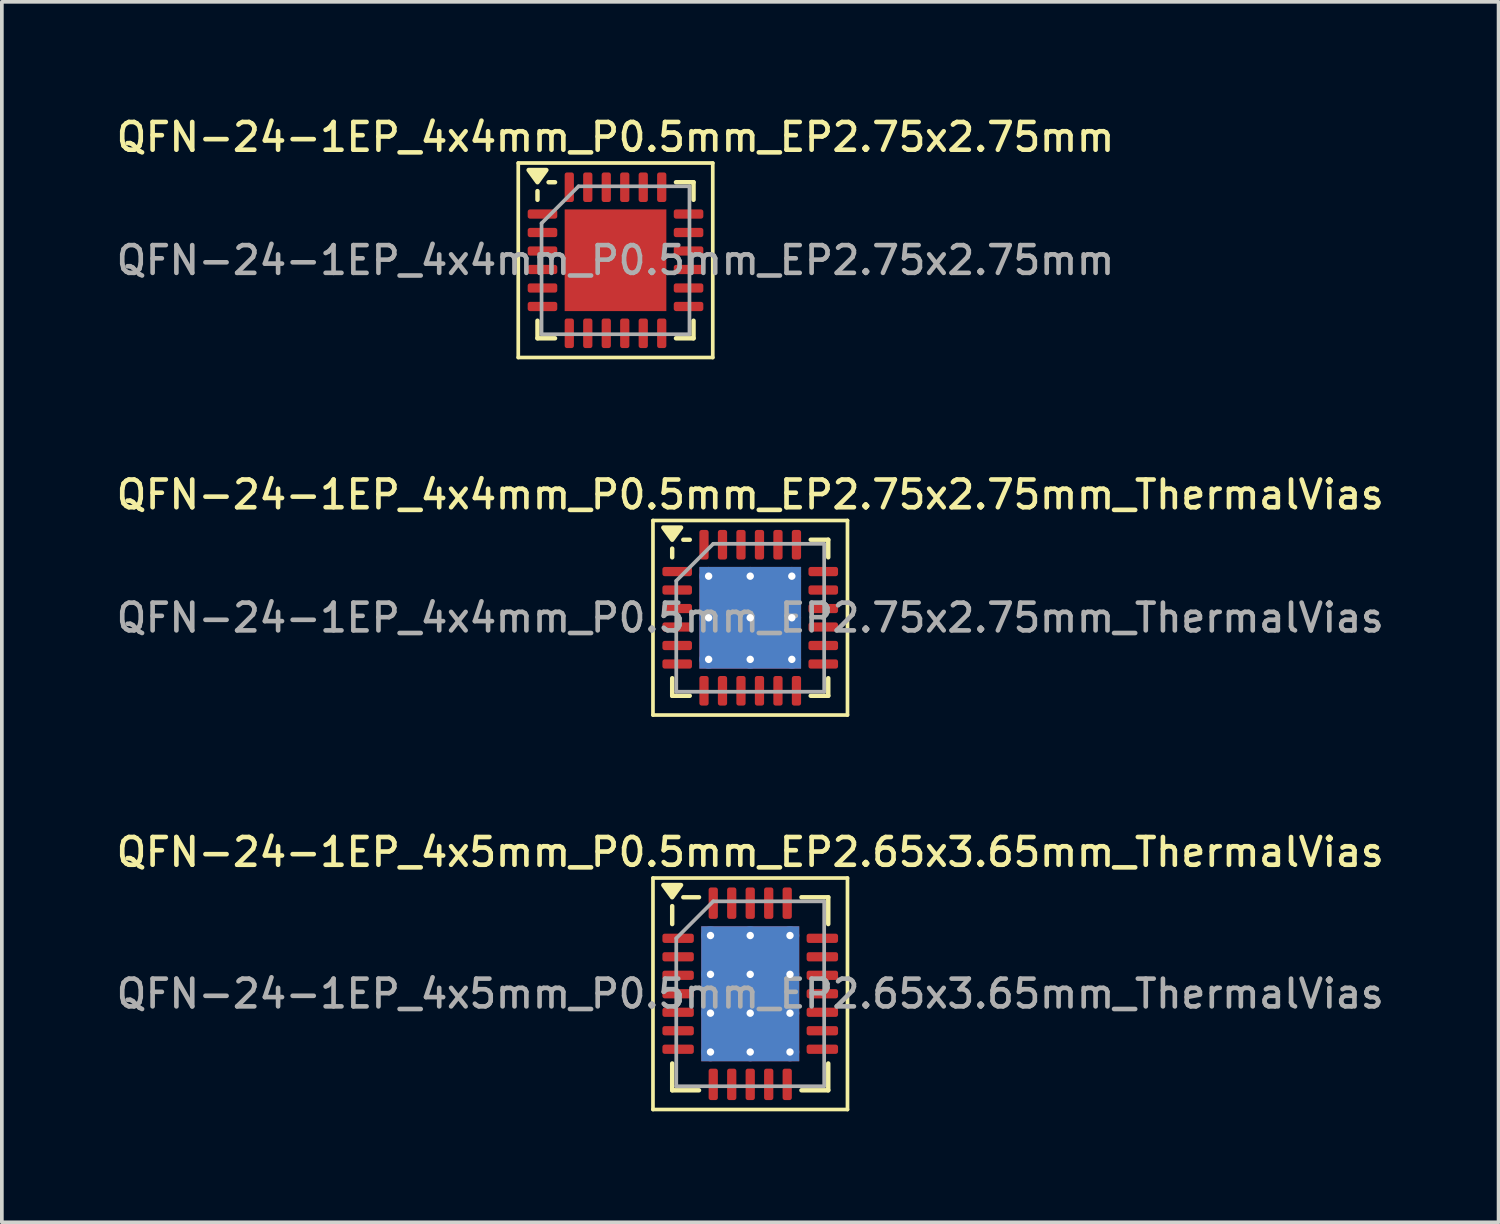
<source format=kicad_pcb>
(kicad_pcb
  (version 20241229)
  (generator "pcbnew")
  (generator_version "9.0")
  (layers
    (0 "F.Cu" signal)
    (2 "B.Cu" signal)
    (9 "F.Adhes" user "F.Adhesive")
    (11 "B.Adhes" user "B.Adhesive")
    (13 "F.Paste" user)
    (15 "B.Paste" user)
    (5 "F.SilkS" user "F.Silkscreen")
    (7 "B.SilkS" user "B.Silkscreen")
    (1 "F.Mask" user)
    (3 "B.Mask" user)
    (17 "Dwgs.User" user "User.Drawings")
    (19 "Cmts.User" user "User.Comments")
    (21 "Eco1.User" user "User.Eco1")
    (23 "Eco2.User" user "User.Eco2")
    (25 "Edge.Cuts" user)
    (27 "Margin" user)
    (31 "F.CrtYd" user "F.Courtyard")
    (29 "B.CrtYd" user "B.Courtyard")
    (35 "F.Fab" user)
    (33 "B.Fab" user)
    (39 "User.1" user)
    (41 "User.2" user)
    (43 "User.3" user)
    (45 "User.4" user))
  (footprint "QFN-24-1EP_4x5mm_P0.5mm_EP2.65x3.65mm_ThermalVias"
    (layer "F.Cu")
    (at 17.238 23.824)
    (property "Reference" "QFN-24-1EP_4x5mm_P0.5mm_EP2.65x3.65mm_ThermalVias" (at 0 -3.83 0) (layer "F.SilkS") (effects (font (size 0.75 0.75) (thickness 0.125))))
    (attr smd)
    (fp_line (start -2.63 -3.13) (end -2.63 3.13) (stroke (width 0.1) (type solid)) (layer "F.SilkS"))
    (fp_line (start -2.63 3.13) (end 2.63 3.13) (stroke (width 0.1) (type solid)) (layer "F.SilkS"))
    (fp_line (start -2.11 -1.885) (end -2.11 -2.37) (stroke (width 0.12) (type solid)) (layer "F.SilkS"))
    (fp_line (start -2.11 2.61) (end -2.11 1.885) (stroke (width 0.12) (type solid)) (layer "F.SilkS"))
    (fp_line (start -1.385 -2.61) (end -1.81 -2.61) (stroke (width 0.12) (type solid)) (layer "F.SilkS"))
    (fp_line (start -1.385 2.61) (end -2.11 2.61) (stroke (width 0.12) (type solid)) (layer "F.SilkS"))
    (fp_line (start 1.385 -2.61) (end 2.11 -2.61) (stroke (width 0.12) (type solid)) (layer "F.SilkS"))
    (fp_line (start 1.385 2.61) (end 2.11 2.61) (stroke (width 0.12) (type solid)) (layer "F.SilkS"))
    (fp_line (start 2.11 -2.61) (end 2.11 -1.885) (stroke (width 0.12) (type solid)) (layer "F.SilkS"))
    (fp_line (start 2.11 2.61) (end 2.11 1.885) (stroke (width 0.12) (type solid)) (layer "F.SilkS"))
    (fp_line (start 2.63 -3.13) (end -2.63 -3.13) (stroke (width 0.1) (type solid)) (layer "F.SilkS"))
    (fp_line (start 2.63 3.13) (end 2.63 -3.13) (stroke (width 0.1) (type solid)) (layer "F.SilkS"))
    (fp_poly (pts (xy -2.11 -2.61) (xy -2.35 -2.94) (xy -1.87 -2.94) (xy -2.11 -2.61)) (stroke (width 0.12) (type solid)) (fill yes) (layer "F.SilkS"))
    (fp_line (start -2 -1.5) (end -1 -2.5) (stroke (width 0.1) (type solid)) (layer "F.Fab"))
    (fp_line (start -2 2.5) (end -2 -1.5) (stroke (width 0.1) (type solid)) (layer "F.Fab"))
    (fp_line (start -1 -2.5) (end 2 -2.5) (stroke (width 0.1) (type solid)) (layer "F.Fab"))
    (fp_line (start 2 -2.5) (end 2 2.5) (stroke (width 0.1) (type solid)) (layer "F.Fab"))
    (fp_line (start 2 2.5) (end -2 2.5) (stroke (width 0.1) (type solid)) (layer "F.Fab"))
    (fp_text user "${REFERENCE}" (at 0 0 0) (layer "F.Fab") (effects (font (size 0.75 0.75) (thickness 0.125))))
    (pad "" smd roundrect (at -0.66 -1.22) (size 1.15 1.05) (layers "F.Paste") (roundrect_rratio 0.238))
    (pad "" smd roundrect (at -0.66 0) (size 1.15 1.05) (layers "F.Paste") (roundrect_rratio 0.238))
    (pad "" smd roundrect (at -0.66 1.22) (size 1.15 1.05) (layers "F.Paste") (roundrect_rratio 0.238))
    (pad "" smd roundrect (at 0.66 -1.22) (size 1.15 1.05) (layers "F.Paste") (roundrect_rratio 0.238))
    (pad "" smd roundrect (at 0.66 0) (size 1.15 1.05) (layers "F.Paste") (roundrect_rratio 0.238))
    (pad "" smd roundrect (at 0.66 1.22) (size 1.15 1.05) (layers "F.Paste") (roundrect_rratio 0.238))
    (pad "1" smd roundrect (at -1.95 -1.5) (size 0.85 0.25) (layers "F.Cu" "F.Mask" "F.Paste") (roundrect_rratio 0.25))
    (pad "2" smd roundrect (at -1.95 -1) (size 0.85 0.25) (layers "F.Cu" "F.Mask" "F.Paste") (roundrect_rratio 0.25))
    (pad "3" smd roundrect (at -1.95 -0.5) (size 0.85 0.25) (layers "F.Cu" "F.Mask" "F.Paste") (roundrect_rratio 0.25))
    (pad "4" smd roundrect (at -1.95 0) (size 0.85 0.25) (layers "F.Cu" "F.Mask" "F.Paste") (roundrect_rratio 0.25))
    (pad "5" smd roundrect (at -1.95 0.5) (size 0.85 0.25) (layers "F.Cu" "F.Mask" "F.Paste") (roundrect_rratio 0.25))
    (pad "6" smd roundrect (at -1.95 1) (size 0.85 0.25) (layers "F.Cu" "F.Mask" "F.Paste") (roundrect_rratio 0.25))
    (pad "7" smd roundrect (at -1.95 1.5) (size 0.85 0.25) (layers "F.Cu" "F.Mask" "F.Paste") (roundrect_rratio 0.25))
    (pad "8" smd roundrect (at -1 2.45) (size 0.25 0.85) (layers "F.Cu" "F.Mask" "F.Paste") (roundrect_rratio 0.25))
    (pad "9" smd roundrect (at -0.5 2.45) (size 0.25 0.85) (layers "F.Cu" "F.Mask" "F.Paste") (roundrect_rratio 0.25))
    (pad "10" smd roundrect (at 0 2.45) (size 0.25 0.85) (layers "F.Cu" "F.Mask" "F.Paste") (roundrect_rratio 0.25))
    (pad "11" smd roundrect (at 0.5 2.45) (size 0.25 0.85) (layers "F.Cu" "F.Mask" "F.Paste") (roundrect_rratio 0.25))
    (pad "12" smd roundrect (at 1 2.45) (size 0.25 0.85) (layers "F.Cu" "F.Mask" "F.Paste") (roundrect_rratio 0.25))
    (pad "13" smd roundrect (at 1.95 1.5) (size 0.85 0.25) (layers "F.Cu" "F.Mask" "F.Paste") (roundrect_rratio 0.25))
    (pad "14" smd roundrect (at 1.95 1) (size 0.85 0.25) (layers "F.Cu" "F.Mask" "F.Paste") (roundrect_rratio 0.25))
    (pad "15" smd roundrect (at 1.95 0.5) (size 0.85 0.25) (layers "F.Cu" "F.Mask" "F.Paste") (roundrect_rratio 0.25))
    (pad "16" smd roundrect (at 1.95 0) (size 0.85 0.25) (layers "F.Cu" "F.Mask" "F.Paste") (roundrect_rratio 0.25))
    (pad "17" smd roundrect (at 1.95 -0.5) (size 0.85 0.25) (layers "F.Cu" "F.Mask" "F.Paste") (roundrect_rratio 0.25))
    (pad "18" smd roundrect (at 1.95 -1) (size 0.85 0.25) (layers "F.Cu" "F.Mask" "F.Paste") (roundrect_rratio 0.25))
    (pad "19" smd roundrect (at 1.95 -1.5) (size 0.85 0.25) (layers "F.Cu" "F.Mask" "F.Paste") (roundrect_rratio 0.25))
    (pad "20" smd roundrect (at 1 -2.45) (size 0.25 0.85) (layers "F.Cu" "F.Mask" "F.Paste") (roundrect_rratio 0.25))
    (pad "21" smd roundrect (at 0.5 -2.45) (size 0.25 0.85) (layers "F.Cu" "F.Mask" "F.Paste") (roundrect_rratio 0.25))
    (pad "22" smd roundrect (at 0 -2.45) (size 0.25 0.85) (layers "F.Cu" "F.Mask" "F.Paste") (roundrect_rratio 0.25))
    (pad "23" smd roundrect (at -0.5 -2.45) (size 0.25 0.85) (layers "F.Cu" "F.Mask" "F.Paste") (roundrect_rratio 0.25))
    (pad "24" smd roundrect (at -1 -2.45) (size 0.25 0.85) (layers "F.Cu" "F.Mask" "F.Paste") (roundrect_rratio 0.25))
    (pad "25" thru_hole circle (at -1.075 -1.575) (size 0.5 0.5) (drill 0.2) (property pad_prop_heatsink) (layers "*.Cu"))
    (pad "25" thru_hole circle (at -1.075 -0.525) (size 0.5 0.5) (drill 0.2) (property pad_prop_heatsink) (layers "*.Cu"))
    (pad "25" thru_hole circle (at -1.075 0.525) (size 0.5 0.5) (drill 0.2) (property pad_prop_heatsink) (layers "*.Cu"))
    (pad "25" thru_hole circle (at -1.075 1.575) (size 0.5 0.5) (drill 0.2) (property pad_prop_heatsink) (layers "*.Cu"))
    (pad "25" thru_hole circle (at 0 -1.575) (size 0.5 0.5) (drill 0.2) (property pad_prop_heatsink) (layers "*.Cu"))
    (pad "25" thru_hole circle (at 0 -0.525) (size 0.5 0.5) (drill 0.2) (property pad_prop_heatsink) (layers "*.Cu"))
    (pad "25" smd rect (at 0 0) (size 2.65 3.65) (property pad_prop_heatsink) (layers "F.Cu" "F.Mask"))
    (pad "25" smd rect (at 0 0) (size 2.65 3.65) (property pad_prop_heatsink) (layers "B.Cu"))
    (pad "25" thru_hole circle (at 0 0.525) (size 0.5 0.5) (drill 0.2) (property pad_prop_heatsink) (layers "*.Cu"))
    (pad "25" thru_hole circle (at 0 1.575) (size 0.5 0.5) (drill 0.2) (property pad_prop_heatsink) (layers "*.Cu"))
    (pad "25" thru_hole circle (at 1.075 -1.575) (size 0.5 0.5) (drill 0.2) (property pad_prop_heatsink) (layers "*.Cu"))
    (pad "25" thru_hole circle (at 1.075 -0.525) (size 0.5 0.5) (drill 0.2) (property pad_prop_heatsink) (layers "*.Cu"))
    (pad "25" thru_hole circle (at 1.075 0.525) (size 0.5 0.5) (drill 0.2) (property pad_prop_heatsink) (layers "*.Cu"))
    (pad "25" thru_hole circle (at 1.075 1.575) (size 0.5 0.5) (drill 0.2) (property pad_prop_heatsink) (layers "*.Cu")))
  (footprint "QFN-24-1EP_4x4mm_P0.5mm_EP2.75x2.75mm"
    (layer "F.Cu")
    (at 13.595 3.988)
    (property "Reference" "QFN-24-1EP_4x4mm_P0.5mm_EP2.75x2.75mm" (at 0 -3.33 0) (layer "F.SilkS") (effects (font (size 0.75 0.75) (thickness 0.125))))
    (attr smd)
    (fp_line (start -2.63 -2.63) (end -2.63 2.63) (stroke (width 0.1) (type solid)) (layer "F.SilkS"))
    (fp_line (start -2.63 2.63) (end 2.63 2.63) (stroke (width 0.1) (type solid)) (layer "F.SilkS"))
    (fp_line (start -2.11 -1.635) (end -2.11 -1.87) (stroke (width 0.12) (type solid)) (layer "F.SilkS"))
    (fp_line (start -2.11 2.11) (end -2.11 1.635) (stroke (width 0.12) (type solid)) (layer "F.SilkS"))
    (fp_line (start -1.635 -2.11) (end -1.81 -2.11) (stroke (width 0.12) (type solid)) (layer "F.SilkS"))
    (fp_line (start -1.635 2.11) (end -2.11 2.11) (stroke (width 0.12) (type solid)) (layer "F.SilkS"))
    (fp_line (start 1.635 -2.11) (end 2.11 -2.11) (stroke (width 0.12) (type solid)) (layer "F.SilkS"))
    (fp_line (start 1.635 2.11) (end 2.11 2.11) (stroke (width 0.12) (type solid)) (layer "F.SilkS"))
    (fp_line (start 2.11 -2.11) (end 2.11 -1.635) (stroke (width 0.12) (type solid)) (layer "F.SilkS"))
    (fp_line (start 2.11 2.11) (end 2.11 1.635) (stroke (width 0.12) (type solid)) (layer "F.SilkS"))
    (fp_line (start 2.63 -2.63) (end -2.63 -2.63) (stroke (width 0.1) (type solid)) (layer "F.SilkS"))
    (fp_line (start 2.63 2.63) (end 2.63 -2.63) (stroke (width 0.1) (type solid)) (layer "F.SilkS"))
    (fp_poly (pts (xy -2.11 -2.11) (xy -2.35 -2.44) (xy -1.87 -2.44) (xy -2.11 -2.11)) (stroke (width 0.12) (type solid)) (fill yes) (layer "F.SilkS"))
    (fp_line (start -2 -1) (end -1 -2) (stroke (width 0.1) (type solid)) (layer "F.Fab"))
    (fp_line (start -2 2) (end -2 -1) (stroke (width 0.1) (type solid)) (layer "F.Fab"))
    (fp_line (start -1 -2) (end 2 -2) (stroke (width 0.1) (type solid)) (layer "F.Fab"))
    (fp_line (start 2 -2) (end 2 2) (stroke (width 0.1) (type solid)) (layer "F.Fab"))
    (fp_line (start 2 2) (end -2 2) (stroke (width 0.1) (type solid)) (layer "F.Fab"))
    (fp_text user "${REFERENCE}" (at 0 0 0) (layer "F.Fab") (effects (font (size 0.75 0.75) (thickness 0.125))))
    (pad "" smd roundrect (at -0.69 -0.69) (size 1.11 1.11) (layers "F.Paste") (roundrect_rratio 0.225))
    (pad "" smd roundrect (at -0.69 0.69) (size 1.11 1.11) (layers "F.Paste") (roundrect_rratio 0.225))
    (pad "" smd roundrect (at 0.69 -0.69) (size 1.11 1.11) (layers "F.Paste") (roundrect_rratio 0.225))
    (pad "" smd roundrect (at 0.69 0.69) (size 1.11 1.11) (layers "F.Paste") (roundrect_rratio 0.225))
    (pad "1" smd roundrect (at -1.975 -1.25) (size 0.8 0.25) (layers "F.Cu" "F.Mask" "F.Paste") (roundrect_rratio 0.25))
    (pad "2" smd roundrect (at -1.975 -0.75) (size 0.8 0.25) (layers "F.Cu" "F.Mask" "F.Paste") (roundrect_rratio 0.25))
    (pad "3" smd roundrect (at -1.975 -0.25) (size 0.8 0.25) (layers "F.Cu" "F.Mask" "F.Paste") (roundrect_rratio 0.25))
    (pad "4" smd roundrect (at -1.975 0.25) (size 0.8 0.25) (layers "F.Cu" "F.Mask" "F.Paste") (roundrect_rratio 0.25))
    (pad "5" smd roundrect (at -1.975 0.75) (size 0.8 0.25) (layers "F.Cu" "F.Mask" "F.Paste") (roundrect_rratio 0.25))
    (pad "6" smd roundrect (at -1.975 1.25) (size 0.8 0.25) (layers "F.Cu" "F.Mask" "F.Paste") (roundrect_rratio 0.25))
    (pad "7" smd roundrect (at -1.25 1.975) (size 0.25 0.8) (layers "F.Cu" "F.Mask" "F.Paste") (roundrect_rratio 0.25))
    (pad "8" smd roundrect (at -0.75 1.975) (size 0.25 0.8) (layers "F.Cu" "F.Mask" "F.Paste") (roundrect_rratio 0.25))
    (pad "9" smd roundrect (at -0.25 1.975) (size 0.25 0.8) (layers "F.Cu" "F.Mask" "F.Paste") (roundrect_rratio 0.25))
    (pad "10" smd roundrect (at 0.25 1.975) (size 0.25 0.8) (layers "F.Cu" "F.Mask" "F.Paste") (roundrect_rratio 0.25))
    (pad "11" smd roundrect (at 0.75 1.975) (size 0.25 0.8) (layers "F.Cu" "F.Mask" "F.Paste") (roundrect_rratio 0.25))
    (pad "12" smd roundrect (at 1.25 1.975) (size 0.25 0.8) (layers "F.Cu" "F.Mask" "F.Paste") (roundrect_rratio 0.25))
    (pad "13" smd roundrect (at 1.975 1.25) (size 0.8 0.25) (layers "F.Cu" "F.Mask" "F.Paste") (roundrect_rratio 0.25))
    (pad "14" smd roundrect (at 1.975 0.75) (size 0.8 0.25) (layers "F.Cu" "F.Mask" "F.Paste") (roundrect_rratio 0.25))
    (pad "15" smd roundrect (at 1.975 0.25) (size 0.8 0.25) (layers "F.Cu" "F.Mask" "F.Paste") (roundrect_rratio 0.25))
    (pad "16" smd roundrect (at 1.975 -0.25) (size 0.8 0.25) (layers "F.Cu" "F.Mask" "F.Paste") (roundrect_rratio 0.25))
    (pad "17" smd roundrect (at 1.975 -0.75) (size 0.8 0.25) (layers "F.Cu" "F.Mask" "F.Paste") (roundrect_rratio 0.25))
    (pad "18" smd roundrect (at 1.975 -1.25) (size 0.8 0.25) (layers "F.Cu" "F.Mask" "F.Paste") (roundrect_rratio 0.25))
    (pad "19" smd roundrect (at 1.25 -1.975) (size 0.25 0.8) (layers "F.Cu" "F.Mask" "F.Paste") (roundrect_rratio 0.25))
    (pad "20" smd roundrect (at 0.75 -1.975) (size 0.25 0.8) (layers "F.Cu" "F.Mask" "F.Paste") (roundrect_rratio 0.25))
    (pad "21" smd roundrect (at 0.25 -1.975) (size 0.25 0.8) (layers "F.Cu" "F.Mask" "F.Paste") (roundrect_rratio 0.25))
    (pad "22" smd roundrect (at -0.25 -1.975) (size 0.25 0.8) (layers "F.Cu" "F.Mask" "F.Paste") (roundrect_rratio 0.25))
    (pad "23" smd roundrect (at -0.75 -1.975) (size 0.25 0.8) (layers "F.Cu" "F.Mask" "F.Paste") (roundrect_rratio 0.25))
    (pad "24" smd roundrect (at -1.25 -1.975) (size 0.25 0.8) (layers "F.Cu" "F.Mask" "F.Paste") (roundrect_rratio 0.25))
    (pad "25" smd rect (at 0 0) (size 2.75 2.75) (property pad_prop_heatsink) (layers "F.Cu" "F.Mask")))
  (footprint "QFN-24-1EP_4x4mm_P0.5mm_EP2.75x2.75mm_ThermalVias"
    (layer "F.Cu")
    (at 17.238 13.656)
    (property "Reference" "QFN-24-1EP_4x4mm_P0.5mm_EP2.75x2.75mm_ThermalVias" (at 0 -3.33 0) (layer "F.SilkS") (effects (font (size 0.75 0.75) (thickness 0.125))))
    (attr smd)
    (fp_line (start -2.63 -2.63) (end -2.63 2.63) (stroke (width 0.1) (type solid)) (layer "F.SilkS"))
    (fp_line (start -2.63 2.63) (end 2.63 2.63) (stroke (width 0.1) (type solid)) (layer "F.SilkS"))
    (fp_line (start -2.11 -1.635) (end -2.11 -1.87) (stroke (width 0.12) (type solid)) (layer "F.SilkS"))
    (fp_line (start -2.11 2.11) (end -2.11 1.635) (stroke (width 0.12) (type solid)) (layer "F.SilkS"))
    (fp_line (start -1.635 -2.11) (end -1.81 -2.11) (stroke (width 0.12) (type solid)) (layer "F.SilkS"))
    (fp_line (start -1.635 2.11) (end -2.11 2.11) (stroke (width 0.12) (type solid)) (layer "F.SilkS"))
    (fp_line (start 1.635 -2.11) (end 2.11 -2.11) (stroke (width 0.12) (type solid)) (layer "F.SilkS"))
    (fp_line (start 1.635 2.11) (end 2.11 2.11) (stroke (width 0.12) (type solid)) (layer "F.SilkS"))
    (fp_line (start 2.11 -2.11) (end 2.11 -1.635) (stroke (width 0.12) (type solid)) (layer "F.SilkS"))
    (fp_line (start 2.11 2.11) (end 2.11 1.635) (stroke (width 0.12) (type solid)) (layer "F.SilkS"))
    (fp_line (start 2.63 -2.63) (end -2.63 -2.63) (stroke (width 0.1) (type solid)) (layer "F.SilkS"))
    (fp_line (start 2.63 2.63) (end 2.63 -2.63) (stroke (width 0.1) (type solid)) (layer "F.SilkS"))
    (fp_poly (pts (xy -2.11 -2.11) (xy -2.35 -2.44) (xy -1.87 -2.44) (xy -2.11 -2.11)) (stroke (width 0.12) (type solid)) (fill yes) (layer "F.SilkS"))
    (fp_line (start -2 -1) (end -1 -2) (stroke (width 0.1) (type solid)) (layer "F.Fab"))
    (fp_line (start -2 2) (end -2 -1) (stroke (width 0.1) (type solid)) (layer "F.Fab"))
    (fp_line (start -1 -2) (end 2 -2) (stroke (width 0.1) (type solid)) (layer "F.Fab"))
    (fp_line (start 2 -2) (end 2 2) (stroke (width 0.1) (type solid)) (layer "F.Fab"))
    (fp_line (start 2 2) (end -2 2) (stroke (width 0.1) (type solid)) (layer "F.Fab"))
    (fp_text user "${REFERENCE}" (at 0 0 0) (layer "F.Fab") (effects (font (size 0.75 0.75) (thickness 0.125))))
    (pad "" smd roundrect (at -0.69 -0.69) (size 1.19 1.19) (layers "F.Paste") (roundrect_rratio 0.21))
    (pad "" smd roundrect (at -0.69 0.69) (size 1.19 1.19) (layers "F.Paste") (roundrect_rratio 0.21))
    (pad "" smd roundrect (at 0.69 -0.69) (size 1.19 1.19) (layers "F.Paste") (roundrect_rratio 0.21))
    (pad "" smd roundrect (at 0.69 0.69) (size 1.19 1.19) (layers "F.Paste") (roundrect_rratio 0.21))
    (pad "1" smd roundrect (at -1.975 -1.25) (size 0.8 0.25) (layers "F.Cu" "F.Mask" "F.Paste") (roundrect_rratio 0.25))
    (pad "2" smd roundrect (at -1.975 -0.75) (size 0.8 0.25) (layers "F.Cu" "F.Mask" "F.Paste") (roundrect_rratio 0.25))
    (pad "3" smd roundrect (at -1.975 -0.25) (size 0.8 0.25) (layers "F.Cu" "F.Mask" "F.Paste") (roundrect_rratio 0.25))
    (pad "4" smd roundrect (at -1.975 0.25) (size 0.8 0.25) (layers "F.Cu" "F.Mask" "F.Paste") (roundrect_rratio 0.25))
    (pad "5" smd roundrect (at -1.975 0.75) (size 0.8 0.25) (layers "F.Cu" "F.Mask" "F.Paste") (roundrect_rratio 0.25))
    (pad "6" smd roundrect (at -1.975 1.25) (size 0.8 0.25) (layers "F.Cu" "F.Mask" "F.Paste") (roundrect_rratio 0.25))
    (pad "7" smd roundrect (at -1.25 1.975) (size 0.25 0.8) (layers "F.Cu" "F.Mask" "F.Paste") (roundrect_rratio 0.25))
    (pad "8" smd roundrect (at -0.75 1.975) (size 0.25 0.8) (layers "F.Cu" "F.Mask" "F.Paste") (roundrect_rratio 0.25))
    (pad "9" smd roundrect (at -0.25 1.975) (size 0.25 0.8) (layers "F.Cu" "F.Mask" "F.Paste") (roundrect_rratio 0.25))
    (pad "10" smd roundrect (at 0.25 1.975) (size 0.25 0.8) (layers "F.Cu" "F.Mask" "F.Paste") (roundrect_rratio 0.25))
    (pad "11" smd roundrect (at 0.75 1.975) (size 0.25 0.8) (layers "F.Cu" "F.Mask" "F.Paste") (roundrect_rratio 0.25))
    (pad "12" smd roundrect (at 1.25 1.975) (size 0.25 0.8) (layers "F.Cu" "F.Mask" "F.Paste") (roundrect_rratio 0.25))
    (pad "13" smd roundrect (at 1.975 1.25) (size 0.8 0.25) (layers "F.Cu" "F.Mask" "F.Paste") (roundrect_rratio 0.25))
    (pad "14" smd roundrect (at 1.975 0.75) (size 0.8 0.25) (layers "F.Cu" "F.Mask" "F.Paste") (roundrect_rratio 0.25))
    (pad "15" smd roundrect (at 1.975 0.25) (size 0.8 0.25) (layers "F.Cu" "F.Mask" "F.Paste") (roundrect_rratio 0.25))
    (pad "16" smd roundrect (at 1.975 -0.25) (size 0.8 0.25) (layers "F.Cu" "F.Mask" "F.Paste") (roundrect_rratio 0.25))
    (pad "17" smd roundrect (at 1.975 -0.75) (size 0.8 0.25) (layers "F.Cu" "F.Mask" "F.Paste") (roundrect_rratio 0.25))
    (pad "18" smd roundrect (at 1.975 -1.25) (size 0.8 0.25) (layers "F.Cu" "F.Mask" "F.Paste") (roundrect_rratio 0.25))
    (pad "19" smd roundrect (at 1.25 -1.975) (size 0.25 0.8) (layers "F.Cu" "F.Mask" "F.Paste") (roundrect_rratio 0.25))
    (pad "20" smd roundrect (at 0.75 -1.975) (size 0.25 0.8) (layers "F.Cu" "F.Mask" "F.Paste") (roundrect_rratio 0.25))
    (pad "21" smd roundrect (at 0.25 -1.975) (size 0.25 0.8) (layers "F.Cu" "F.Mask" "F.Paste") (roundrect_rratio 0.25))
    (pad "22" smd roundrect (at -0.25 -1.975) (size 0.25 0.8) (layers "F.Cu" "F.Mask" "F.Paste") (roundrect_rratio 0.25))
    (pad "23" smd roundrect (at -0.75 -1.975) (size 0.25 0.8) (layers "F.Cu" "F.Mask" "F.Paste") (roundrect_rratio 0.25))
    (pad "24" smd roundrect (at -1.25 -1.975) (size 0.25 0.8) (layers "F.Cu" "F.Mask" "F.Paste") (roundrect_rratio 0.25))
    (pad "25" thru_hole circle (at -1.125 -1.125) (size 0.5 0.5) (drill 0.2) (property pad_prop_heatsink) (layers "*.Cu"))
    (pad "25" thru_hole circle (at -1.125 0) (size 0.5 0.5) (drill 0.2) (property pad_prop_heatsink) (layers "*.Cu"))
    (pad "25" thru_hole circle (at -1.125 1.125) (size 0.5 0.5) (drill 0.2) (property pad_prop_heatsink) (layers "*.Cu"))
    (pad "25" thru_hole circle (at 0 -1.125) (size 0.5 0.5) (drill 0.2) (property pad_prop_heatsink) (layers "*.Cu"))
    (pad "25" thru_hole circle (at 0 0) (size 0.5 0.5) (drill 0.2) (property pad_prop_heatsink) (layers "*.Cu"))
    (pad "25" smd rect (at 0 0) (size 2.75 2.75) (property pad_prop_heatsink) (layers "F.Cu" "F.Mask"))
    (pad "25" smd rect (at 0 0) (size 2.75 2.75) (property pad_prop_heatsink) (layers "B.Cu"))
    (pad "25" thru_hole circle (at 0 1.125) (size 0.5 0.5) (drill 0.2) (property pad_prop_heatsink) (layers "*.Cu"))
    (pad "25" thru_hole circle (at 1.125 -1.125) (size 0.5 0.5) (drill 0.2) (property pad_prop_heatsink) (layers "*.Cu"))
    (pad "25" thru_hole circle (at 1.125 0) (size 0.5 0.5) (drill 0.2) (property pad_prop_heatsink) (layers "*.Cu"))
    (pad "25" thru_hole circle (at 1.125 1.125) (size 0.5 0.5) (drill 0.2) (property pad_prop_heatsink) (layers "*.Cu")))
  (gr_rect
    (start -3 -3)
    (end 37.475 30.004)
    (stroke (width 0.1) (type default))
    (fill no)
    (layer "Edge.Cuts")))
</source>
